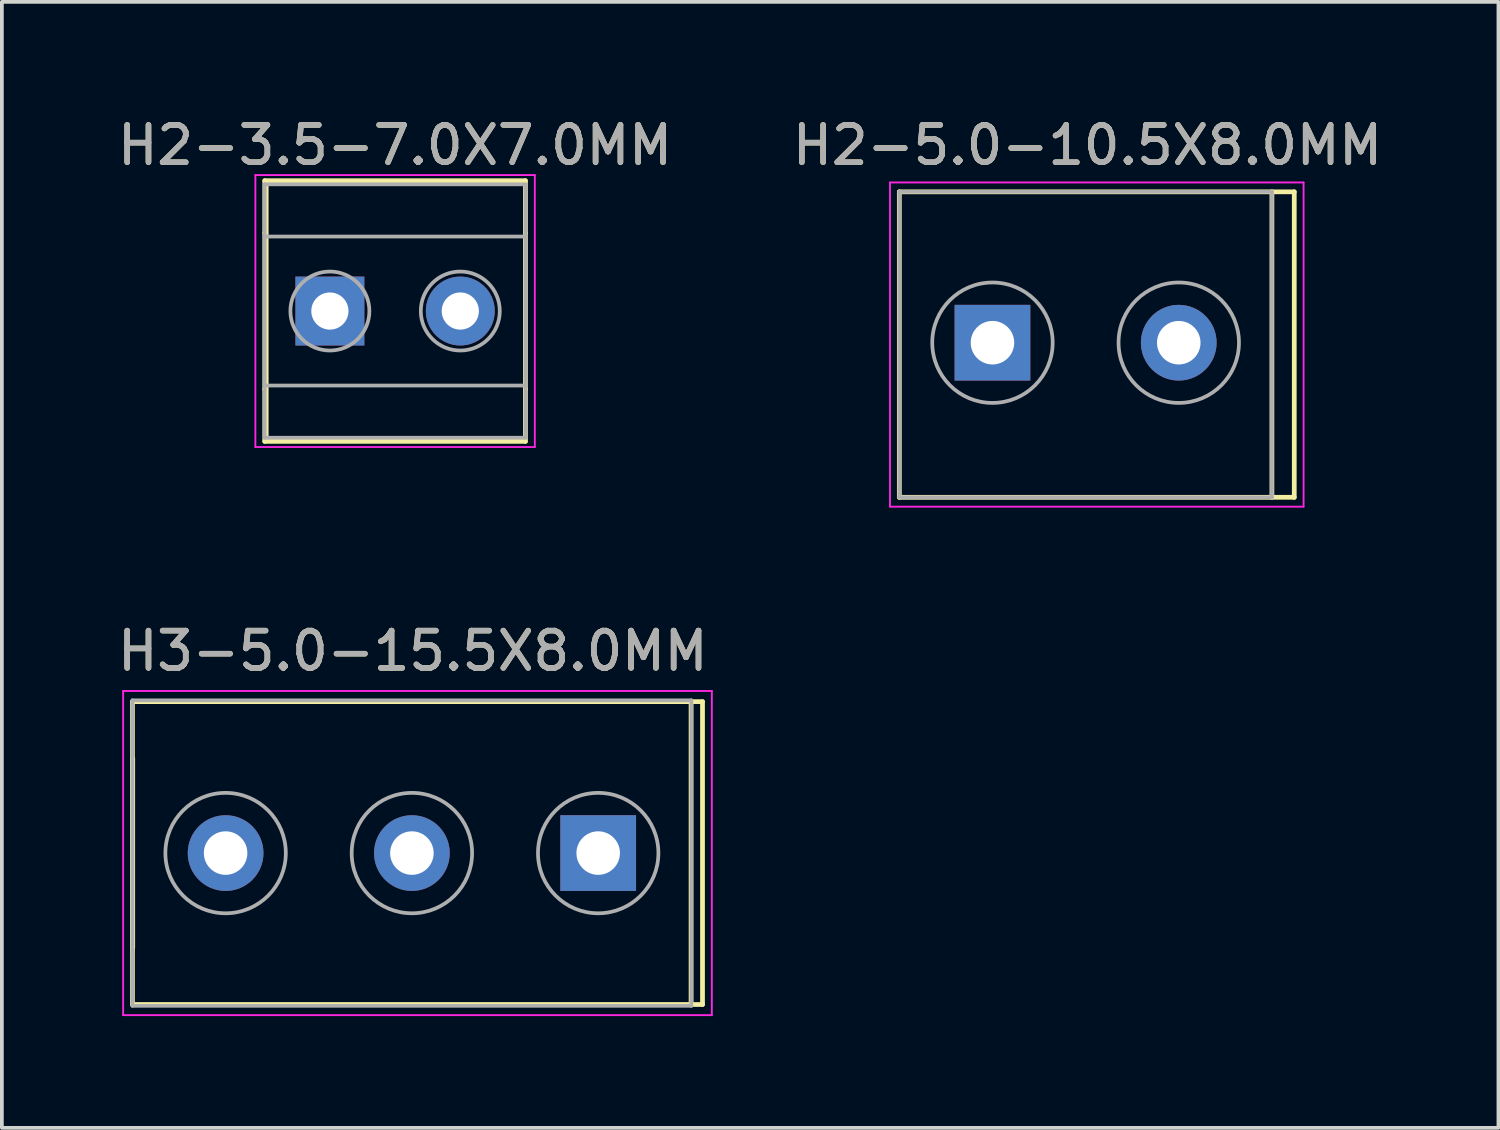
<source format=kicad_pcb>
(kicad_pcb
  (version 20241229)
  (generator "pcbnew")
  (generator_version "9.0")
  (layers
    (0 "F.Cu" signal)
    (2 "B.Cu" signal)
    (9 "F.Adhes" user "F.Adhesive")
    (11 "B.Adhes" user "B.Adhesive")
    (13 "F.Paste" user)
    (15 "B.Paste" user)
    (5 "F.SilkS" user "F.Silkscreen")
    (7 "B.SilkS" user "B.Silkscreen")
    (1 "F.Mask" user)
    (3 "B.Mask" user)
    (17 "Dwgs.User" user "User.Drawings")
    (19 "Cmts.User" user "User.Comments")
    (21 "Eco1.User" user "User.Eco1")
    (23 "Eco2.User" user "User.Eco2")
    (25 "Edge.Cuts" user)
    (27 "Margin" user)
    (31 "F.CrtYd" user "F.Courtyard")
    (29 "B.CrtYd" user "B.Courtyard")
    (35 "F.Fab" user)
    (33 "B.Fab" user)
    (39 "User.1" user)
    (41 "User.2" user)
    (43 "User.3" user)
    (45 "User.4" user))
  (footprint "H3-5.0-15.5X8.0MM"
    (layer "F.Cu")
    (at 8.005 19.846)
    (property "Reference" "H3-5.0-15.5X8.0MM" (at 0.025 -5.425 180) (layer "F.SilkS") (effects (font (size 1 1) (thickness 0.15))))
    (attr exclude_from_pos_files exclude_from_bom)
    (fp_line (start -7.5 -4.064) (end 7.8 -4.064) (stroke (width 0.127) (type solid)) (layer "F.SilkS"))
    (fp_line (start -7.5 4.064) (end -7.5 -4.064) (stroke (width 0.127) (type solid)) (layer "F.SilkS"))
    (fp_line (start -7.493 2.54) (end -7.493 -2.54) (stroke (width 0.127) (type solid)) (layer "F.SilkS"))
    (fp_line (start 7.493 -4.064) (end 7.493 4.064) (stroke (width 0.127) (type solid)) (layer "F.SilkS"))
    (fp_line (start 7.8 -4.064) (end 7.8 4.064) (stroke (width 0.127) (type solid)) (layer "F.SilkS"))
    (fp_line (start 7.8 4.064) (end -7.5 4.064) (stroke (width 0.127) (type solid)) (layer "F.SilkS"))
    (fp_line (start -7.75 -4.35) (end 8.05 -4.35) (stroke (width 0.05) (type solid)) (layer "F.CrtYd"))
    (fp_line (start -7.75 4.35) (end -7.75 -4.35) (stroke (width 0.05) (type solid)) (layer "F.CrtYd"))
    (fp_line (start 8.05 -4.35) (end 8.05 4.35) (stroke (width 0.05) (type solid)) (layer "F.CrtYd"))
    (fp_line (start 8.05 4.35) (end -7.75 4.35) (stroke (width 0.05) (type solid)) (layer "F.CrtYd"))
    (fp_line (start -7.5 4.1) (end -7.5 -4.1) (stroke (width 0.1) (type solid)) (layer "F.Fab"))
    (fp_line (start 7.5 -4.1) (end -7.5 -4.1) (stroke (width 0.1) (type solid)) (layer "F.Fab"))
    (fp_line (start 7.5 4.1) (end -7.5 4.1) (stroke (width 0.1) (type solid)) (layer "F.Fab"))
    (fp_line (start 7.5 4.1) (end 7.5 -4.1) (stroke (width 0.1) (type solid)) (layer "F.Fab"))
    (fp_circle (center -5 0) (end -3.384 0) (stroke (width 0.1) (type solid)) (fill no) (layer "F.Fab"))
    (fp_circle (center 0 0) (end 1.616 0) (stroke (width 0.1) (type solid)) (fill no) (layer "F.Fab"))
    (fp_circle (center 5 0) (end 6.616 0) (stroke (width 0.1) (type solid)) (fill no) (layer "F.Fab"))
    (fp_text user "${REFERENCE}" (at 0.025 -5.425 0) (layer "F.Fab") (effects (font (size 1 1) (thickness 0.15))))
    (pad "1" thru_hole rect (at 5 0 90) (size 2.032 2.032) (drill 1.168) (layers "*.Cu" "*.Mask"))
    (pad "2" thru_hole circle (at 0 0 90) (size 2.032 2.032) (drill 1.168) (layers "*.Cu" "*.Mask"))
    (pad "3" thru_hole circle (at -5 0 90) (size 2.032 2.032) (drill 1.168) (layers "*.Cu" "*.Mask")))
  (footprint "H2-5.0-10.5X8.0MM"
    (layer "F.Cu")
    (at 26.087 6.198)
    (property "Reference" "H2-5.0-10.5X8.0MM" (at 0.05 -5.35 0) (layer "F.SilkS") (effects (font (size 1 1) (thickness 0.15))))
    (attr exclude_from_pos_files exclude_from_bom)
    (fp_line (start -5 -4.1) (end 5.6 -4.1) (stroke (width 0.127) (type solid)) (layer "F.SilkS"))
    (fp_line (start -5 4.1) (end -5 -4.1) (stroke (width 0.127) (type solid)) (layer "F.SilkS"))
    (fp_line (start 5 -4.1) (end 5 4.1) (stroke (width 0.127) (type solid)) (layer "F.SilkS"))
    (fp_line (start 5.6 -4.1) (end 5.6 4.1) (stroke (width 0.127) (type solid)) (layer "F.SilkS"))
    (fp_line (start 5.6 4.1) (end -5 4.1) (stroke (width 0.127) (type solid)) (layer "F.SilkS"))
    (fp_line (start -5.25 -4.35) (end -5.25 4.35) (stroke (width 0.05) (type solid)) (layer "F.CrtYd"))
    (fp_line (start -5.25 4.35) (end 5.85 4.35) (stroke (width 0.05) (type solid)) (layer "F.CrtYd"))
    (fp_line (start 5.85 -4.35) (end -5.25 -4.35) (stroke (width 0.05) (type solid)) (layer "F.CrtYd"))
    (fp_line (start 5.85 4.35) (end 5.85 -4.35) (stroke (width 0.05) (type solid)) (layer "F.CrtYd"))
    (fp_line (start -5 4.1) (end -5 -4.1) (stroke (width 0.1) (type solid)) (layer "F.Fab"))
    (fp_line (start 5 -4.1) (end -5 -4.1) (stroke (width 0.1) (type solid)) (layer "F.Fab"))
    (fp_line (start 5 4.1) (end -5 4.1) (stroke (width 0.1) (type solid)) (layer "F.Fab"))
    (fp_line (start 5 4.1) (end 5 -4.1) (stroke (width 0.1) (type solid)) (layer "F.Fab"))
    (fp_circle (center -2.5 -0.05) (end -0.884 -0.05) (stroke (width 0.1) (type solid)) (fill no) (layer "F.Fab"))
    (fp_circle (center 2.5 -0.05) (end 4.116 -0.05) (stroke (width 0.1) (type solid)) (fill no) (layer "F.Fab"))
    (fp_text user "${REFERENCE}" (at 0.05 -5.35 0) (layer "F.Fab") (effects (font (size 1 1) (thickness 0.15))))
    (pad "1" thru_hole rect (at -2.5 -0.05 90) (size 2.032 2.032) (drill 1.168) (layers "*.Cu" "*.Mask"))
    (pad "2" thru_hole circle (at 2.5 -0.05 90) (size 2.032 2.032) (drill 1.168) (layers "*.Cu" "*.Mask")))
  (footprint "H2-3.5-7.0X7.0MM"
    (layer "F.Cu")
    (at 7.554 5.298)
    (property "Reference" "H2-3.5-7.0X7.0MM" (at 0 -4.45 0) (layer "F.SilkS") (effects (font (size 1 1) (thickness 0.15))))
    (attr exclude_from_pos_files exclude_from_bom)
    (fp_line (start -3.498 -3.498) (end 3.498 -3.498) (stroke (width 0.127) (type solid)) (layer "F.SilkS"))
    (fp_line (start -3.498 -2.098) (end -3.498 -3.498) (stroke (width 0.127) (type solid)) (layer "F.SilkS"))
    (fp_line (start -3.498 2.098) (end -3.498 -2.098) (stroke (width 0.127) (type solid)) (layer "F.SilkS"))
    (fp_line (start -3.498 3.498) (end -3.498 2.098) (stroke (width 0.127) (type solid)) (layer "F.SilkS"))
    (fp_line (start -3.429 -3.429) (end 3.429 -3.429) (stroke (width 0.066) (type solid)) (layer "F.SilkS"))
    (fp_line (start -3.429 3.429) (end -3.429 -3.429) (stroke (width 0.066) (type solid)) (layer "F.SilkS"))
    (fp_line (start 3.498 -3.498) (end 3.498 -2.098) (stroke (width 0.127) (type solid)) (layer "F.SilkS"))
    (fp_line (start 3.498 -2.098) (end 3.498 2.098) (stroke (width 0.127) (type solid)) (layer "F.SilkS"))
    (fp_line (start 3.498 2.098) (end 3.498 3.498) (stroke (width 0.127) (type solid)) (layer "F.SilkS"))
    (fp_line (start 3.498 3.498) (end -3.498 3.498) (stroke (width 0.127) (type solid)) (layer "F.SilkS"))
    (fp_line (start -3.75 -3.65) (end 3.75 -3.65) (stroke (width 0.05) (type solid)) (layer "F.CrtYd"))
    (fp_line (start -3.75 3.65) (end -3.75 -3.65) (stroke (width 0.05) (type solid)) (layer "F.CrtYd"))
    (fp_line (start 3.75 -3.65) (end 3.75 3.65) (stroke (width 0.05) (type solid)) (layer "F.CrtYd"))
    (fp_line (start 3.75 3.65) (end -3.75 3.65) (stroke (width 0.05) (type solid)) (layer "F.CrtYd"))
    (fp_line (start -3.5 -3.4) (end 3.5 -3.4) (stroke (width 0.1) (type solid)) (layer "F.Fab"))
    (fp_line (start -3.5 -2) (end 3.5 -2) (stroke (width 0.1) (type solid)) (layer "F.Fab"))
    (fp_line (start -3.5 2) (end 3.5 2) (stroke (width 0.1) (type solid)) (layer "F.Fab"))
    (fp_line (start -3.5 3.4) (end -3.5 -3.4) (stroke (width 0.1) (type solid)) (layer "F.Fab"))
    (fp_line (start -3.5 3.4) (end 3.5 3.4) (stroke (width 0.1) (type solid)) (layer "F.Fab"))
    (fp_line (start 3.5 3.4) (end 3.5 -3.4) (stroke (width 0.1) (type solid)) (layer "F.Fab"))
    (fp_circle (center -1.75 0) (end -0.69 0) (stroke (width 0.1) (type solid)) (fill no) (layer "F.Fab"))
    (fp_circle (center 1.75 0) (end 2.81 0) (stroke (width 0.1) (type solid)) (fill no) (layer "F.Fab"))
    (fp_text user "${REFERENCE}" (at 0 -4.45 0) (layer "F.Fab") (effects (font (size 1 1) (thickness 0.15))))
    (pad "1" thru_hole rect (at -1.75 0) (size 1.849 1.849) (drill 0.998) (layers "*.Cu" "*.Mask"))
    (pad "2" thru_hole circle (at 1.75 0) (size 1.849 1.849) (drill 0.998) (layers "*.Cu" "*.Mask")))
  (gr_rect
    (start -3 -3)
    (end 37.167 27.221)
    (stroke (width 0.1) (type default))
    (fill no)
    (layer "Edge.Cuts")))
</source>
